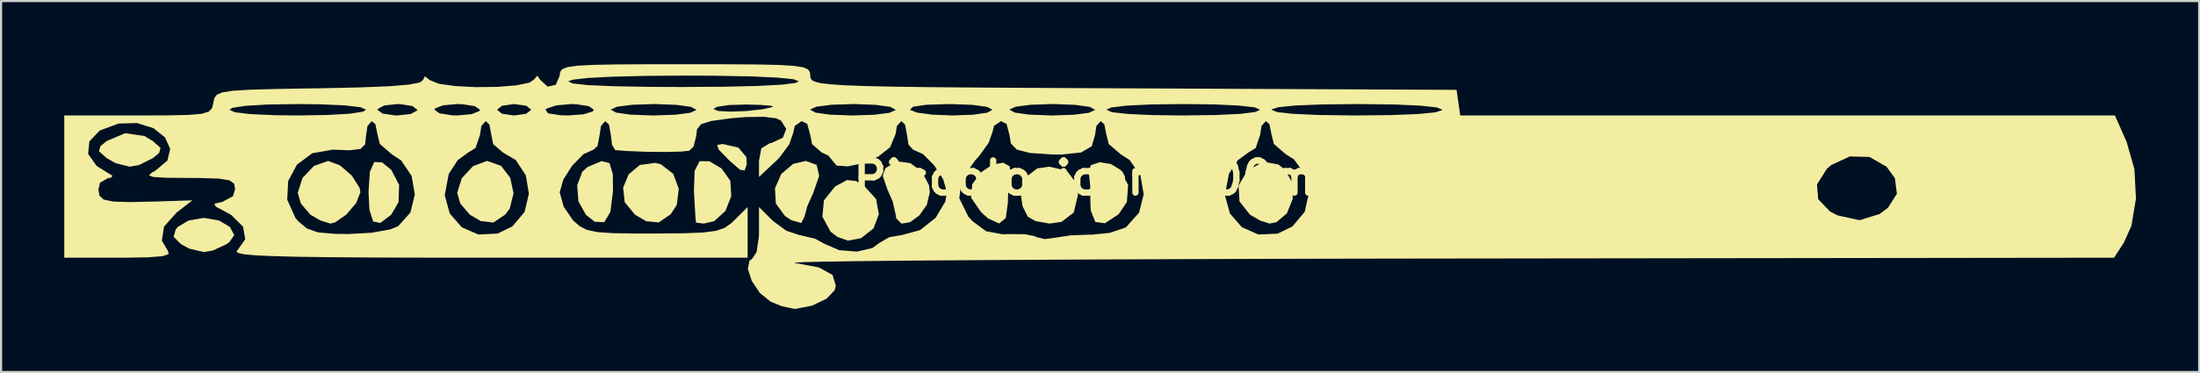
<source format=kicad_pcb>
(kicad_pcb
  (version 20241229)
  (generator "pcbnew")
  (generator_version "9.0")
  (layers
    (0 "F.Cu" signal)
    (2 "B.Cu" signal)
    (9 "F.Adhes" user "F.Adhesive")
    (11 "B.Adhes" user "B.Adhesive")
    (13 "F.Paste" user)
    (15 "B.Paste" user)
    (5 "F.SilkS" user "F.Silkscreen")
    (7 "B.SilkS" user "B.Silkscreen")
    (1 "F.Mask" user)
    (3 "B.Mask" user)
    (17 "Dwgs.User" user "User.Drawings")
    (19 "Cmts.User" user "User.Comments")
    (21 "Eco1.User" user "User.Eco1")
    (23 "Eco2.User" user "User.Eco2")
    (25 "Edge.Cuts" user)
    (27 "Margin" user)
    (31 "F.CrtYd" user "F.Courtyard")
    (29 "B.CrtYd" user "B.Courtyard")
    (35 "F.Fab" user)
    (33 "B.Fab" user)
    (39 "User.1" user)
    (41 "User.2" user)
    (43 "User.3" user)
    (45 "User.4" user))
  (footprint "Piccolo_icon_100mm"
    (layer "F.Cu")
    (at 49.449 5.404)
    (property "Reference" "Piccolo_icon_100mm" (at 0 0 0) (layer "F.SilkS") (effects (font (size 1.524 1.524) (thickness 0.3))))
    (attr board_only exclude_from_pos_files exclude_from_bom)
    (fp_poly (pts (xy -17.458 -1.444) (xy -17.081 -0.993) (xy -17.067 -0.645) (xy -17.165 -0.357) (xy -17.381 -0.392) (xy -17.832 -0.78) (xy -17.936 -0.878) (xy -18.394 -1.352) (xy -18.472 -1.568) (xy -18.206 -1.617)) (stroke (width 0) (type solid)) (fill yes) (layer "F.SilkS"))
    (fp_poly (pts (xy -34.373 -0.745) (xy -33.931 -0.386) (xy -33.559 0.325) (xy -33.589 1.145) (xy -33.931 1.737) (xy -34.453 2.133) (xy -34.791 2.065) (xy -34.97 1.51) (xy -35.012 0.676) (xy -34.948 -0.295) (xy -34.743 -0.761)) (stroke (width 0) (type solid)) (fill yes) (layer "F.SilkS"))
    (fp_poly (pts (xy -23.579 -0.71) (xy -23.42 -0.195) (xy -23.41 0.608) (xy -23.535 1.606) (xy -23.826 2.096) (xy -24.278 2.074) (xy -24.692 1.751) (xy -25.053 1.104) (xy -25.11 0.346) (xy -24.869 -0.3) (xy -24.607 -0.531) (xy -23.954 -0.803)) (stroke (width 0) (type solid)) (fill yes) (layer "F.SilkS"))
    (fp_poly (pts (xy -45.644 -1.995) (xy -45.245 -1.756) (xy -44.881 -1.431) (xy -44.948 -1.19) (xy -45.245 -0.946) (xy -45.895 -0.621) (xy -46.341 -0.54) (xy -47.011 -0.704) (xy -47.438 -0.946) (xy -47.802 -1.271) (xy -47.735 -1.512) (xy -47.438 -1.756) (xy -46.559 -2.13)) (stroke (width 0) (type solid)) (fill yes) (layer "F.SilkS"))
    (fp_poly (pts (xy -21.136 -0.652) (xy -20.554 -0.201) (xy -20.29 0.509) (xy -20.383 1.273) (xy -20.676 1.722) (xy -21.242 2.108) (xy -21.837 2.05) (xy -22.368 1.741) (xy -22.856 1.144) (xy -22.931 0.456) (xy -22.666 -0.18) (xy -22.136 -0.62) (xy -21.414 -0.721)) (stroke (width 0) (type solid)) (fill yes) (layer "F.SilkS"))
    (fp_poly (pts (xy -1.878 -0.346) (xy -1.433 0.233) (xy -1.351 0.811) (xy -1.546 1.635) (xy -2.125 2.08) (xy -2.702 2.162) (xy -3.361 2.044) (xy -3.729 1.837) (xy -3.979 1.332) (xy -4.053 0.811) (xy -3.858 -0.014) (xy -3.279 -0.458) (xy -2.702 -0.54)) (stroke (width 0) (type solid)) (fill yes) (layer "F.SilkS"))
    (fp_poly (pts (xy -28.725 -0.582) (xy -28.287 -0.013) (xy -28.13 0.723) (xy -28.311 1.451) (xy -28.527 1.737) (xy -29.088 2.112) (xy -29.686 2.044) (xy -30.204 1.741) (xy -30.659 1.207) (xy -30.804 0.702) (xy -30.585 0.006) (xy -30.053 -0.566) (xy -29.4 -0.81) (xy -29.384 -0.811)) (stroke (width 0) (type solid)) (fill yes) (layer "F.SilkS"))
    (fp_poly (pts (xy -18.836 -0.795) (xy -18.257 -0.452) (xy -17.842 0.134) (xy -17.8 0.865) (xy -18.074 1.561) (xy -18.606 2.045) (xy -19.102 2.162) (xy -19.442 2.12) (xy -19.477 2.094) (xy -19.502 1.81) (xy -19.541 1.154) (xy -19.57 0.608) (xy -19.538 -0.341) (xy -19.303 -0.802)) (stroke (width 0) (type solid)) (fill yes) (layer "F.SilkS"))
    (fp_poly (pts (xy -13.749 -0.626) (xy -13.627 -0.106) (xy -13.904 0.693) (xy -14.193 1.342) (xy -14.319 1.814) (xy -14.32 1.824) (xy -14.477 2.136) (xy -14.941 2.006) (xy -15.249 1.803) (xy -15.685 1.208) (xy -15.725 0.488) (xy -15.427 -0.194) (xy -14.855 -0.677) (xy -14.261 -0.811)) (stroke (width 0) (type solid)) (fill yes) (layer "F.SilkS"))
    (fp_poly (pts (xy -11.89 0.141) (xy -11.484 0.38) (xy -10.926 1) (xy -10.797 1.722) (xy -11.05 2.392) (xy -11.639 2.855) (xy -12.258 2.972) (xy -12.765 2.794) (xy -13.086 2.548) (xy -13.476 1.83) (xy -13.402 1.058) (xy -12.884 0.414) (xy -12.835 0.38) (xy -12.306 0.095)) (stroke (width 0) (type solid)) (fill yes) (layer "F.SilkS"))
    (fp_poly (pts (xy -4.581 -0.55) (xy -4.569 -0.254) (xy -4.64 0.265) (xy -4.671 1.029) (xy -4.671 1.148) (xy -4.772 1.9) (xy -5.088 2.157) (xy -5.615 1.916) (xy -5.945 1.621) (xy -6.415 0.938) (xy -6.363 0.289) (xy -5.928 -0.287) (xy -5.397 -0.642) (xy -4.893 -0.728)) (stroke (width 0) (type solid)) (fill yes) (layer "F.SilkS"))
    (fp_poly (pts (xy 0.224 -0.664) (xy 0.642 -0.4) (xy 1.032 0.327) (xy 0.975 1.134) (xy 0.587 1.715) (xy -0.073 2.148) (xy -0.524 2.086) (xy -0.742 1.542) (xy -0.757 1.148) (xy -0.768 0.37) (xy -0.827 -0.212) (xy -0.839 -0.264) (xy -0.737 -0.61) (xy -0.319 -0.75)) (stroke (width 0) (type solid)) (fill yes) (layer "F.SilkS"))
    (fp_poly (pts (xy 8.161 -0.645) (xy 8.492 -0.386) (xy 8.833 0.253) (xy 8.841 0.999) (xy 8.568 1.674) (xy 8.066 2.099) (xy 7.742 2.162) (xy 7.29 2.017) (xy 6.815 1.741) (xy 6.318 1.112) (xy 6.272 0.356) (xy 6.687 -0.343) (xy 6.709 -0.363) (xy 7.45 -0.772)) (stroke (width 0) (type solid)) (fill yes) (layer "F.SilkS"))
    (fp_poly (pts (xy -9.306 -0.71) (xy -8.748 -0.302) (xy -8.414 0.347) (xy -8.377 0.676) (xy -8.521 1.275) (xy -8.873 1.774) (xy -9.314 2.095) (xy -9.721 2.166) (xy -9.975 1.91) (xy -10.007 1.689) (xy -10.142 1.103) (xy -10.39 0.541) (xy -10.612 -0.107) (xy -10.483 -0.472) (xy -9.934 -0.794)) (stroke (width 0) (type solid)) (fill yes) (layer "F.SilkS"))
    (fp_poly (pts (xy -42.104 2.018) (xy -41.59 2.324) (xy -41.588 2.326) (xy -41.383 2.71) (xy -41.609 3.035) (xy -41.742 3.137) (xy -42.402 3.443) (xy -42.829 3.513) (xy -43.512 3.354) (xy -43.915 3.137) (xy -44.26 2.79) (xy -44.161 2.443) (xy -44.069 2.326) (xy -43.558 2.02) (xy -42.833 1.891) (xy -42.829 1.891)) (stroke (width 0) (type solid)) (fill yes) (layer "F.SilkS"))
    (fp_poly (pts (xy -36.366 -0.602) (xy -35.799 -0.11) (xy -35.438 0.463) (xy -35.398 0.676) (xy -35.598 1.188) (xy -36.065 1.734) (xy -36.598 2.106) (xy -36.824 2.162) (xy -37.292 2.016) (xy -37.77 1.741) (xy -38.225 1.207) (xy -38.37 0.702) (xy -38.147 -0.002) (xy -37.604 -0.573) (xy -36.935 -0.811) (xy -36.93 -0.811)) (stroke (width 0) (type solid)) (fill yes) (layer "F.SilkS"))
    (fp_poly (pts (xy -18.058 -5.402) (xy -16.595 -5.393) (xy -15.54 -5.37) (xy -14.825 -5.327) (xy -14.386 -5.258) (xy -14.154 -5.158) (xy -14.065 -5.02) (xy -14.051 -4.866) (xy -14.04 -4.751) (xy -13.98 -4.654) (xy -13.828 -4.573) (xy -13.544 -4.505) (xy -13.087 -4.45) (xy -12.414 -4.405) (xy -11.484 -4.37) (xy -10.257 -4.342) (xy -8.69 -4.319) (xy -6.743 -4.301) (xy -4.373 -4.286) (xy -1.539 -4.271) (xy 1.284 -4.258) (xy 16.618 -4.188) (xy 16.791 -2.972) (xy 47.858 -2.972) (xy 48.413 -1.717) (xy 48.783 -0.421) (xy 48.856 0.979) (xy 48.638 2.278) (xy 48.274 3.083) (xy 47.815 3.783) (xy 15.734 3.823) (xy 11.653 3.829) (xy 7.748 3.838) (xy 4.05 3.849) (xy 0.59 3.862) (xy -2.601 3.877) (xy -5.491 3.894) (xy -8.05 3.911) (xy -10.247 3.93) (xy -12.05 3.95) (xy -13.429 3.971) (xy -14.352 3.992) (xy -14.788 4.014) (xy -14.782 4.03) (xy -13.633 4.246) (xy -12.991 4.603) (xy -12.838 5.114) (xy -12.897 5.333) (xy -13.282 5.733) (xy -13.973 6.061) (xy -14.739 6.21) (xy -14.812 6.211) (xy -15.391 6.089) (xy -15.938 5.867) (xy -16.443 5.457) (xy -16.825 4.886) (xy -17.012 4.318) (xy -16.931 3.921) (xy -16.821 3.851) (xy -16.598 3.517) (xy -16.488 2.791) (xy -16.483 2.557) (xy -16.483 1.376) (xy -15.82 2.039) (xy -15.188 2.5) (xy -14.564 2.71) (xy -14.536 2.711) (xy -13.819 2.881) (xy -13.391 3.116) (xy -12.679 3.425) (xy -11.835 3.493) (xy -11.098 3.322) (xy -10.809 3.107) (xy -10.306 2.81) (xy -9.682 2.702) (xy -8.84 2.472) (xy -8.103 1.89) (xy -7.641 1.118) (xy -7.614 0.959) (xy -6.979 0.959) (xy -6.554 1.826) (xy -6.351 2.05) (xy -5.704 2.527) (xy -4.931 2.67) (xy -4.602 2.661) (xy -3.869 2.668) (xy -3.381 2.765) (xy -3.321 2.804) (xy -2.93 2.899) (xy -2.435 2.834) (xy -1.701 2.723) (xy -0.808 2.687) (xy -0.709 2.689) (xy 0.148 2.607) (xy 0.874 2.365) (xy 0.946 2.321) (xy 1.552 1.642) (xy 1.761 0.814) (xy 5.624 0.814) (xy 5.864 1.683) (xy 6.429 2.334) (xy 7.217 2.682) (xy 8.125 2.641) (xy 8.826 2.303) (xy 9.412 1.604) (xy 9.609 0.722) (xy 9.526 0.303) (xy 33.72 0.303) (xy 33.776 1.001) (xy 34.339 1.588) (xy 34.694 1.773) (xy 35.744 2.002) (xy 36.688 1.709) (xy 37.087 1.412) (xy 37.511 0.749) (xy 37.419 0.011) (xy 37.019 -0.54) (xy 36.212 -1.002) (xy 35.277 -1.025) (xy 34.391 -0.615) (xy 34.187 -0.435) (xy 33.72 0.303) (xy 9.526 0.303) (xy 9.433 -0.167) (xy 8.899 -0.889) (xy 8.517 -1.128) (xy 7.948 -1.617) (xy 7.836 -2.07) (xy 7.738 -2.557) (xy 7.566 -2.702) (xy 7.361 -2.471) (xy 7.296 -2.045) (xy 7.085 -1.425) (xy 6.731 -1.208) (xy 6.239 -0.846) (xy 5.825 -0.216) (xy 5.814 -0.189) (xy 5.624 0.814) (xy 1.761 0.814) (xy 1.772 0.771) (xy 1.618 -0.119) (xy 1.105 -0.854) (xy 0.681 -1.128) (xy 0.112 -1.617) (xy 0 -2.07) (xy -0.098 -2.557) (xy -0.27 -2.702) (xy -0.474 -2.471) (xy -0.54 -2.032) (xy -0.694 -1.509) (xy -1.2 -1.214) (xy -2.129 -1.114) (xy -2.567 -1.12) (xy -3.623 -1.19) (xy -4.244 -1.349) (xy -4.532 -1.643) (xy -4.594 -2.032) (xy -4.735 -2.571) (xy -4.999 -2.702) (xy -5.332 -2.478) (xy -5.404 -2.182) (xy -5.586 -1.673) (xy -6.041 -1.039) (xy -6.215 -0.852) (xy -6.865 0.062) (xy -6.979 0.959) (xy -7.614 0.959) (xy -7.566 0.676) (xy -7.741 0.065) (xy -8.169 -0.602) (xy -8.698 -1.136) (xy -9.175 -1.351) (xy -9.387 -1.582) (xy -9.457 -2.027) (xy -9.55 -2.534) (xy -9.728 -2.702) (xy -9.939 -2.473) (xy -10 -2.094) (xy -10.264 -1.459) (xy -10.832 -1.013) (xy -11.563 -0.7) (xy -12.271 -0.554) (xy -12.794 -0.591) (xy -12.97 -0.792) (xy -13.193 -1.067) (xy -13.511 -1.216) (xy -13.965 -1.613) (xy -14.051 -2.045) (xy -14.195 -2.574) (xy -14.456 -2.702) (xy -14.786 -2.474) (xy -14.862 -2.135) (xy -15.051 -1.596) (xy -15.519 -0.964) (xy -15.672 -0.811) (xy -16.483 -0.053) (xy -16.483 -0.819) (xy -16.372 -1.413) (xy -15.965 -1.655) (xy -15.878 -1.67) (xy -15.349 -1.918) (xy -15.192 -2.333) (xy -15.438 -2.725) (xy -15.676 -2.838) (xy -16.253 -2.908) (xy -17.14 -2.895) (xy -17.853 -2.835) (xy -18.75 -2.709) (xy -19.233 -2.556) (xy -19.426 -2.313) (xy -19.455 -2.029) (xy -19.585 -1.499) (xy -19.793 -1.296) (xy -20.2 -1.254) (xy -20.954 -1.238) (xy -21.865 -1.248) (xy -22.738 -1.282) (xy -23.306 -1.327) (xy -23.459 -1.578) (xy -23.509 -2.027) (xy -23.601 -2.534) (xy -23.779 -2.702) (xy -23.982 -2.471) (xy -24.049 -2.027) (xy -24.146 -1.519) (xy -24.331 -1.351) (xy -24.816 -1.13) (xy -25.345 -0.592) (xy -25.77 0.075) (xy -25.94 0.676) (xy -25.753 1.359) (xy -25.307 2.009) (xy -25.002 2.279) (xy -24.656 2.459) (xy -24.159 2.566) (xy -23.402 2.619) (xy -22.273 2.635) (xy -21.475 2.635) (xy -20.099 2.624) (xy -19.154 2.588) (xy -18.529 2.509) (xy -18.115 2.367) (xy -17.801 2.146) (xy -17.649 2.001) (xy -17.023 1.376) (xy -17.023 3.783) (xy -29.37 3.783) (xy -32.32 3.781) (xy -34.77 3.774) (xy -36.76 3.76) (xy -38.33 3.739) (xy -39.519 3.709) (xy -40.368 3.67) (xy -40.917 3.619) (xy -41.207 3.556) (xy -41.276 3.479) (xy -41.23 3.427) (xy -40.861 2.903) (xy -40.967 2.31) (xy -41.515 1.762) (xy -41.751 1.629) (xy -42.265 1.354) (xy -42.325 1.219) (xy -41.966 1.138) (xy -41.951 1.135) (xy -41.749 1.027) (xy -38.87 1.027) (xy -38.482 1.892) (xy -38.342 2.056) (xy -37.937 2.394) (xy -37.416 2.579) (xy -36.616 2.651) (xy -35.978 2.658) (xy -34.874 2.599) (xy -33.995 2.443) (xy -33.607 2.289) (xy -33.024 1.636) (xy -32.823 0.817) (xy -31.396 0.817) (xy -31.156 1.686) (xy -30.589 2.336) (xy -29.799 2.681) (xy -28.887 2.637) (xy -28.184 2.296) (xy -27.607 1.611) (xy -27.402 0.746) (xy -27.549 -0.132) (xy -28.025 -0.855) (xy -28.635 -1.214) (xy -29.096 -1.611) (xy -29.183 -2.045) (xy -29.278 -2.544) (xy -29.453 -2.702) (xy -29.658 -2.471) (xy -29.723 -2.045) (xy -29.935 -1.425) (xy -30.288 -1.208) (xy -30.78 -0.846) (xy -31.194 -0.216) (xy -31.206 -0.189) (xy -31.396 0.817) (xy -32.823 0.817) (xy -32.815 0.783) (xy -32.966 -0.098) (xy -33.462 -0.834) (xy -33.906 -1.128) (xy -34.475 -1.617) (xy -34.587 -2.07) (xy -34.685 -2.557) (xy -34.857 -2.702) (xy -35.061 -2.471) (xy -35.128 -2.027) (xy -35.173 -1.599) (xy -35.393 -1.381) (xy -35.914 -1.318) (xy -36.707 -1.347) (xy -37.679 -1.178) (xy -38.406 -0.639) (xy -38.823 0.139) (xy -38.87 1.027) (xy -41.749 1.027) (xy -41.442 0.861) (xy -41.343 0.522) (xy -41.391 0.264) (xy -41.609 0.108) (xy -42.101 0.028) (xy -42.976 -0.001) (xy -43.572 -0.004) (xy -44.639 -0.014) (xy -45.235 -0.051) (xy -45.428 -0.129) (xy -45.287 -0.263) (xy -45.126 -0.35) (xy -44.553 -0.831) (xy -44.424 -1.388) (xy -44.669 -1.93) (xy -45.218 -2.368) (xy -46 -2.612) (xy -46.878 -2.586) (xy -47.767 -2.256) (xy -48.258 -1.741) (xy -48.318 -1.147) (xy -47.917 -0.579) (xy -47.555 -0.349) (xy -47.156 -0.105) (xy -47.245 -0.009) (xy -47.355 -0.004) (xy -47.753 0.219) (xy -47.828 0.54) (xy -47.781 0.835) (xy -47.58 1.021) (xy -47.129 1.117) (xy -46.334 1.142) (xy -45.101 1.115) (xy -44.99 1.111) (xy -43.369 1.059) (xy -44.112 1.633) (xy -44.716 2.307) (xy -44.818 2.974) (xy -44.531 3.459) (xy -44.493 3.612) (xy -44.79 3.711) (xy -45.488 3.765) (xy -46.652 3.783) (xy -46.828 3.783) (xy -49.449 3.783) (xy -49.449 -2.972) (xy -45.955 -2.972) (xy -44.527 -2.976) (xy -43.55 -2.997) (xy -42.935 -3.05) (xy -42.594 -3.151) (xy -42.507 -3.243) (xy -41.613 -3.243) (xy -41.353 -3.124) (xy -40.616 -3.036) (xy -39.462 -2.984) (xy -38.37 -2.972) (xy -36.947 -2.994) (xy -35.894 -3.055) (xy -35.273 -3.152) (xy -35.128 -3.243) (xy -34.587 -3.243) (xy -34.35 -3.064) (xy -33.766 -2.975) (xy -33.641 -2.972) (xy -33.016 -3.04) (xy -32.704 -3.207) (xy -32.696 -3.243) (xy -31.885 -3.243) (xy -31.645 -3.073) (xy -31.047 -2.979) (xy -30.804 -2.972) (xy -30.127 -3.032) (xy -29.751 -3.182) (xy -29.723 -3.243) (xy -28.913 -3.243) (xy -28.678 -3.053) (xy -28.112 -2.972) (xy -28.102 -2.972) (xy -27.533 -3.051) (xy -27.292 -3.239) (xy -27.291 -3.243) (xy -26.616 -3.243) (xy -26.488 -3.071) (xy -25.9 -2.981) (xy -25.551 -2.972) (xy -24.82 -3.025) (xy -24.379 -3.16) (xy -24.319 -3.243) (xy -23.509 -3.243) (xy -23.257 -3.106) (xy -22.576 -3.011) (xy -21.577 -2.973) (xy -21.482 -2.972) (xy -20.461 -3.006) (xy -19.749 -3.097) (xy -19.457 -3.23) (xy -19.455 -3.243) (xy -19.517 -3.276) (xy -18.645 -3.276) (xy -18.407 -3.182) (xy -17.818 -3.153) (xy -17.059 -3.183) (xy -16.524 -3.243) (xy -14.051 -3.243) (xy -13.8 -3.106) (xy -13.119 -3.011) (xy -12.12 -2.973) (xy -12.024 -2.972) (xy -11.003 -3.006) (xy -10.292 -3.097) (xy -10 -3.23) (xy -9.998 -3.243) (xy -9.322 -3.243) (xy -8.987 -3.108) (xy -8.266 -3.011) (xy -7.312 -2.972) (xy -7.28 -2.972) (xy -6.316 -3.008) (xy -5.65 -3.105) (xy -5.404 -3.243) (xy -4.594 -3.243) (xy -4.342 -3.106) (xy -3.661 -3.011) (xy -2.662 -2.973) (xy -2.567 -2.972) (xy -1.546 -3.006) (xy -0.834 -3.097) (xy -0.542 -3.23) (xy -0.54 -3.243) (xy 0 -3.243) (xy 0.261 -3.128) (xy 1.009 -3.043) (xy 2.191 -2.989) (xy 3.648 -2.972) (xy 5.189 -2.992) (xy 6.345 -3.047) (xy 7.065 -3.135) (xy 7.296 -3.243) (xy 7.836 -3.243) (xy 8.098 -3.132) (xy 8.854 -3.049) (xy 10.058 -2.994) (xy 11.663 -2.973) (xy 11.889 -2.972) (xy 13.541 -2.99) (xy 14.797 -3.04) (xy 15.612 -3.12) (xy 15.938 -3.227) (xy 15.943 -3.243) (xy 15.68 -3.353) (xy 14.924 -3.436) (xy 13.721 -3.491) (xy 12.116 -3.512) (xy 11.889 -3.513) (xy 10.238 -3.495) (xy 8.981 -3.445) (xy 8.167 -3.365) (xy 7.84 -3.258) (xy 7.836 -3.243) (xy 7.296 -3.243) (xy 7.035 -3.357) (xy 6.287 -3.442) (xy 5.105 -3.496) (xy 3.648 -3.513) (xy 2.107 -3.493) (xy 0.95 -3.438) (xy 0.231 -3.35) (xy 0 -3.243) (xy -0.54 -3.243) (xy -0.792 -3.379) (xy -1.473 -3.474) (xy -2.472 -3.513) (xy -2.567 -3.513) (xy -3.588 -3.479) (xy -4.3 -3.388) (xy -4.592 -3.255) (xy -4.594 -3.243) (xy -5.404 -3.243) (xy -5.656 -3.378) (xy -6.338 -3.473) (xy -7.34 -3.512) (xy -7.447 -3.513) (xy -8.538 -3.48) (xy -9.177 -3.387) (xy -9.322 -3.243) (xy -9.998 -3.243) (xy -10.249 -3.379) (xy -10.93 -3.474) (xy -11.929 -3.513) (xy -12.024 -3.513) (xy -13.046 -3.479) (xy -13.757 -3.388) (xy -14.049 -3.255) (xy -14.051 -3.243) (xy -16.524 -3.243) (xy -16.313 -3.266) (xy -15.807 -3.379) (xy -15.901 -3.43) (xy -16.417 -3.472) (xy -17.091 -3.491) (xy -17.926 -3.466) (xy -18.489 -3.377) (xy -18.645 -3.276) (xy -19.517 -3.276) (xy -19.707 -3.379) (xy -20.387 -3.474) (xy -21.387 -3.513) (xy -21.482 -3.513) (xy -22.503 -3.479) (xy -23.215 -3.388) (xy -23.507 -3.255) (xy -23.509 -3.243) (xy -24.319 -3.243) (xy -24.559 -3.413) (xy -25.156 -3.506) (xy -25.384 -3.513) (xy -26.104 -3.45) (xy -26.565 -3.294) (xy -26.616 -3.243) (xy -27.291 -3.243) (xy -27.526 -3.432) (xy -28.092 -3.513) (xy -28.102 -3.513) (xy -28.671 -3.434) (xy -28.913 -3.246) (xy -28.913 -3.243) (xy -29.723 -3.243) (xy -29.963 -3.412) (xy -30.562 -3.506) (xy -30.804 -3.513) (xy -31.481 -3.453) (xy -31.858 -3.303) (xy -31.885 -3.243) (xy -32.696 -3.243) (xy -32.933 -3.421) (xy -33.517 -3.51) (xy -33.641 -3.513) (xy -34.267 -3.445) (xy -34.579 -3.278) (xy -34.587 -3.243) (xy -35.128 -3.243) (xy -35.387 -3.361) (xy -36.125 -3.449) (xy -37.279 -3.501) (xy -38.37 -3.513) (xy -39.794 -3.491) (xy -40.847 -3.43) (xy -41.468 -3.334) (xy -41.613 -3.243) (xy -42.507 -3.243) (xy -42.439 -3.314) (xy -42.378 -3.555) (xy -42.375 -3.58) (xy -42.329 -3.795) (xy -42.214 -3.954) (xy -41.953 -4.066) (xy -41.474 -4.142) (xy -40.702 -4.191) (xy -39.562 -4.225) (xy -37.98 -4.253) (xy -37.357 -4.262) (xy -35.454 -4.302) (xy -34.051 -4.358) (xy -33.106 -4.435) (xy -32.578 -4.536) (xy -32.426 -4.654) (xy -32.339 -4.831) (xy -32.101 -4.648) (xy -31.673 -4.477) (xy -30.894 -4.367) (xy -29.92 -4.317) (xy -28.906 -4.329) (xy -28.007 -4.4) (xy -27.378 -4.53) (xy -27.179 -4.661) (xy -27.001 -4.86) (xy -26.864 -4.661) (xy -26.512 -4.342) (xy -26.122 -4.429) (xy -26.054 -4.594) (xy -25.535 -4.594) (xy -25.337 -4.492) (xy -24.611 -4.413) (xy -23.368 -4.359) (xy -21.621 -4.329) (xy -20.147 -4.323) (xy -18.125 -4.336) (xy -16.53 -4.374) (xy -15.393 -4.435) (xy -14.742 -4.518) (xy -14.591 -4.594) (xy -14.856 -4.693) (xy -15.63 -4.771) (xy -16.88 -4.827) (xy -18.576 -4.858) (xy -19.98 -4.864) (xy -21.895 -4.85) (xy -23.458 -4.812) (xy -24.619 -4.751) (xy -25.328 -4.669) (xy -25.535 -4.594) (xy -26.054 -4.594) (xy -25.94 -4.864) (xy -25.921 -5.04) (xy -25.817 -5.173) (xy -25.563 -5.269) (xy -25.092 -5.334) (xy -24.339 -5.374) (xy -23.236 -5.395) (xy -21.716 -5.403) (xy -19.996 -5.404)) (stroke (width 0) (type solid)) (fill yes) (layer "F.SilkS")))
  (gr_rect
    (start -3 -3)
    (end 101.305 14.615)
    (stroke (width 0.1) (type default))
    (fill no)
    (layer "Edge.Cuts")))
</source>
